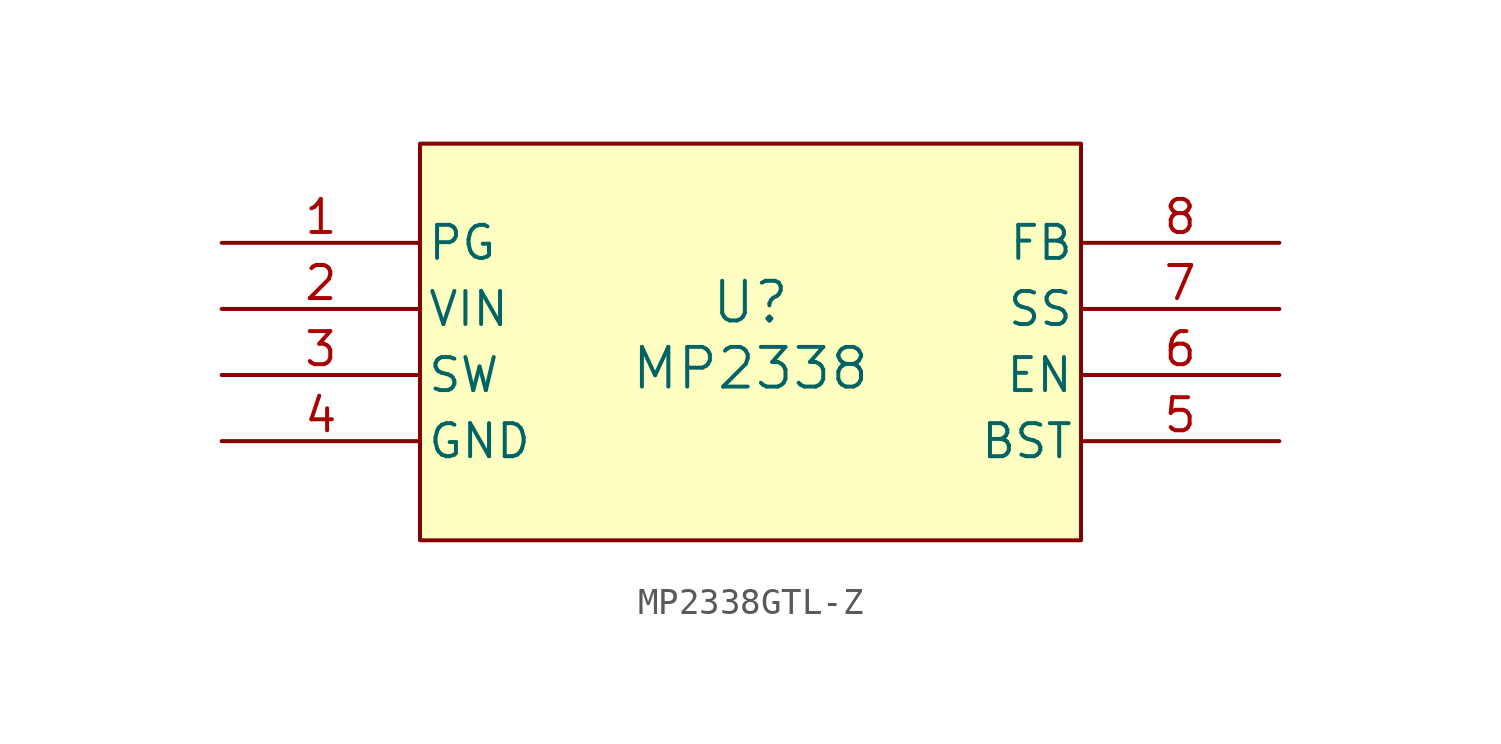
<source format=kicad_sym>
(kicad_symbol_lib
  (version 20241209)
  (generator "kicad_symbol_editor")
  (generator_version "9.0")
  (symbol "MP2338GTL-Z"
    (pin_names
      (offset 0.254))
    (property "Reference" "U"
      (at 20.32 -2.286 0)
      (effects (font (size 1.524 1.524))))
    (property "Value" "MP2338"
      (at 20.32 -4.826 0)
      (effects (font (size 1.524 1.524))))
    (property "ki_locked" ""
      (at 0 0 0)
      (effects (font (size 1.27 1.27))))
    (symbol "MP2338GTL-Z_0_1"
      (pin output line (at 0 0 0) (length 7.62) (name "PG" (effects (font (size 1.27 1.27)))) (number "1" (effects (font (size 1.27 1.27)))))
      (pin power_in line (at 0 -2.54 0) (length 7.62) (name "VIN" (effects (font (size 1.27 1.27)))) (number "2" (effects (font (size 1.27 1.27)))))
      (pin power_in line (at 0 -7.62 0) (length 7.62) (name "GND" (effects (font (size 1.27 1.27)))) (number "4" (effects (font (size 1.27 1.27)))))
      (pin input line (at 40.64 -5.08 180) (length 7.62) (name "EN" (effects (font (size 1.27 1.27)))) (number "6" (effects (font (size 1.27 1.27)))))
      (pin power_in line (at 40.64 -7.62 180) (length 7.62) (name "BST" (effects (font (size 1.27 1.27)))) (number "5" (effects (font (size 1.27 1.27))))))
    (symbol "MP2338GTL-Z_1_1"
      (rectangle (start 7.62 3.81) (end 33.02 -11.43) (stroke (width 0) (type solid)) (fill (type color) (color 255 255 194 1)))
      (pin power_out line (at 0 -5.08 0) (length 7.62) (name "SW" (effects (font (size 1.27 1.27)))) (number "3" (effects (font (size 1.27 1.27)))))
      (pin input line (at 40.64 0 180) (length 7.62) (name "FB" (effects (font (size 1.27 1.27)))) (number "8" (effects (font (size 1.27 1.27)))))
      (pin passive line (at 40.64 -2.54 180) (length 7.62) (name "SS" (effects (font (size 1.27 1.27)))) (number "7" (effects (font (size 1.27 1.27))))))))
</source>
